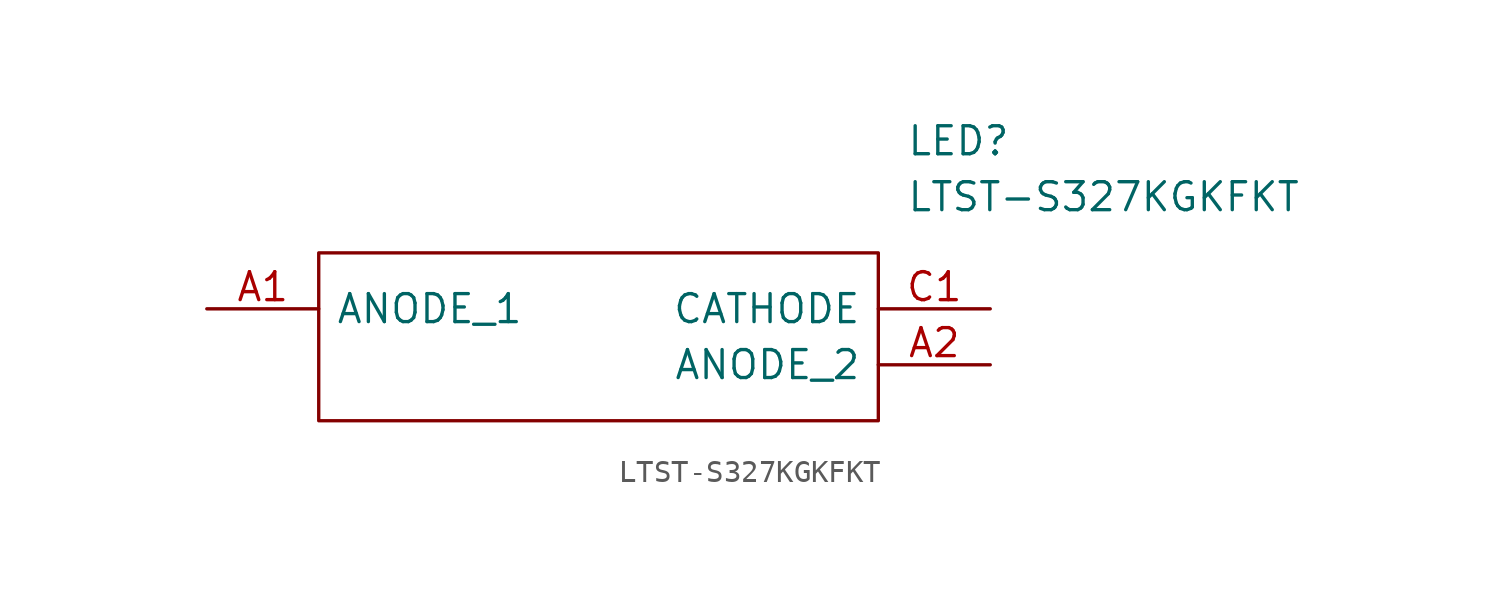
<source format=kicad_sym>
(kicad_symbol_lib
  (version 20211014)
  (generator kicad_symbol_editor)
  (symbol "LTST-S327KGKFKT"
    (pin_names
      (offset 0.762))
    (property "Reference" "LED"
      (at 31.75 7.62 0)
      (effects (font (size 1.27 1.27)) (justify left)))
    (property "Value" "LTST-S327KGKFKT"
      (at 31.75 5.08 0)
      (effects (font (size 1.27 1.27)) (justify left)))
    (symbol "LTST-S327KGKFKT_0_0"
      (pin passive line (at 0 0 0) (length 5.08) (name "ANODE_1" (effects (font (size 1.27 1.27)))) (number "A1" (effects (font (size 1.27 1.27)))))
      (pin passive line (at 35.56 -2.54 180) (length 5.08) (name "ANODE_2" (effects (font (size 1.27 1.27)))) (number "A2" (effects (font (size 1.27 1.27)))))
      (pin passive line (at 35.56 0 180) (length 5.08) (name "CATHODE" (effects (font (size 1.27 1.27)))) (number "C1" (effects (font (size 1.27 1.27))))))
    (symbol "LTST-S327KGKFKT_0_1"
      (polyline (pts (xy 5.08 2.54) (xy 30.48 2.54) (xy 30.48 -5.08) (xy 5.08 -5.08) (xy 5.08 2.54)) (stroke (width 0.152) (type default) (color 0 0 0 0)) (fill (type none))))))
</source>
